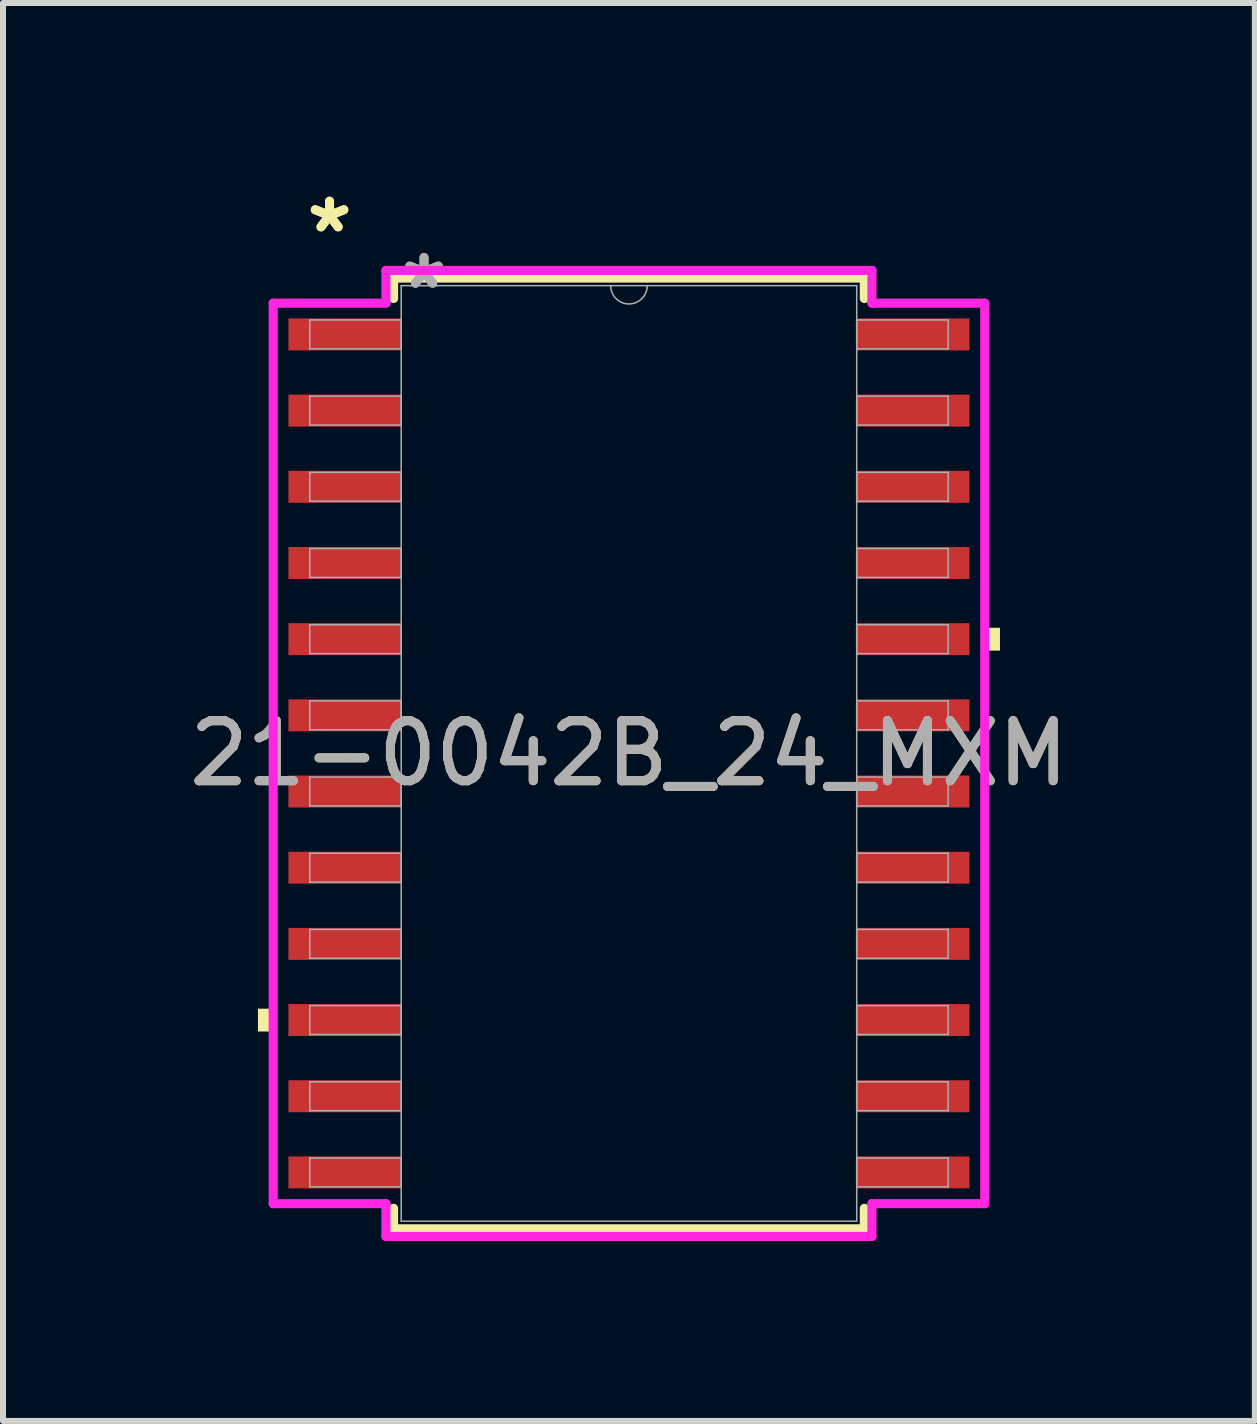
<source format=kicad_pcb>
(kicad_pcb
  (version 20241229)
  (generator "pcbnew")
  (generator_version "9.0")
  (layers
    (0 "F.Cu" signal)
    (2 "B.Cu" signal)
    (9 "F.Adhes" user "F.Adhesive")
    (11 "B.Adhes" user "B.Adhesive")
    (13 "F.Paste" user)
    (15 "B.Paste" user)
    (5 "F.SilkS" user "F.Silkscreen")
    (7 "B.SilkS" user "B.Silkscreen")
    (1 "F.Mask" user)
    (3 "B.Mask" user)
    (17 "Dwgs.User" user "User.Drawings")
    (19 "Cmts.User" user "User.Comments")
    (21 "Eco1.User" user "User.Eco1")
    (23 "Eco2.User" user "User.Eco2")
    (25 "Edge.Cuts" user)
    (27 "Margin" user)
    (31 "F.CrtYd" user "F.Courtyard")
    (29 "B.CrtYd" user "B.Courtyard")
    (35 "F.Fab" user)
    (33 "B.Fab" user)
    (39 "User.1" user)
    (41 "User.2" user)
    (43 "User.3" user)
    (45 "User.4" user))
  (footprint "21-0042B_24_MXM"
    (layer "F.Cu")
    (at 7.435 9.51)
    (property "Reference" "21-0042B_24_MXM" (at 0 0 0) (unlocked yes) (layer "F.SilkS") (effects (font (size 1 1) (thickness 0.15))))
    (attr smd)
    (fp_line (start -3.924 -7.925) (end -3.924 -7.584) (stroke (width 0.152) (type solid)) (layer "F.SilkS"))
    (fp_line (start -3.924 7.584) (end -3.924 7.925) (stroke (width 0.152) (type solid)) (layer "F.SilkS"))
    (fp_line (start -3.924 7.925) (end 3.924 7.925) (stroke (width 0.152) (type solid)) (layer "F.SilkS"))
    (fp_line (start 3.924 -7.925) (end -3.924 -7.925) (stroke (width 0.152) (type solid)) (layer "F.SilkS"))
    (fp_line (start 3.924 -7.584) (end 3.924 -7.925) (stroke (width 0.152) (type solid)) (layer "F.SilkS"))
    (fp_line (start 3.924 7.925) (end 3.924 7.584) (stroke (width 0.152) (type solid)) (layer "F.SilkS"))
    (fp_poly (pts (xy -6.185 4.255) (xy -6.185 4.636) (xy -5.931 4.636) (xy -5.931 4.255)) (stroke (width 0) (type solid)) (fill yes) (layer "F.SilkS"))
    (fp_poly (pts (xy 6.185 -2.095) (xy 6.185 -1.714) (xy 5.931 -1.714) (xy 5.931 -2.095)) (stroke (width 0) (type solid)) (fill yes) (layer "F.SilkS"))
    (fp_line (start -5.931 -7.506) (end -4.051 -7.506) (stroke (width 0.152) (type solid)) (layer "F.CrtYd"))
    (fp_line (start -5.931 7.506) (end -5.931 -7.506) (stroke (width 0.152) (type solid)) (layer "F.CrtYd"))
    (fp_line (start -5.931 7.506) (end -4.051 7.506) (stroke (width 0.152) (type solid)) (layer "F.CrtYd"))
    (fp_line (start -4.051 -8.052) (end 4.051 -8.052) (stroke (width 0.152) (type solid)) (layer "F.CrtYd"))
    (fp_line (start -4.051 -7.506) (end -4.051 -8.052) (stroke (width 0.152) (type solid)) (layer "F.CrtYd"))
    (fp_line (start -4.051 8.052) (end -4.051 7.506) (stroke (width 0.152) (type solid)) (layer "F.CrtYd"))
    (fp_line (start 4.051 -8.052) (end 4.051 -7.506) (stroke (width 0.152) (type solid)) (layer "F.CrtYd"))
    (fp_line (start 4.051 7.506) (end 4.051 8.052) (stroke (width 0.152) (type solid)) (layer "F.CrtYd"))
    (fp_line (start 4.051 8.052) (end -4.051 8.052) (stroke (width 0.152) (type solid)) (layer "F.CrtYd"))
    (fp_line (start 5.931 -7.506) (end 4.051 -7.506) (stroke (width 0.152) (type solid)) (layer "F.CrtYd"))
    (fp_line (start 5.931 -7.506) (end 5.931 7.506) (stroke (width 0.152) (type solid)) (layer "F.CrtYd"))
    (fp_line (start 5.931 7.506) (end 4.051 7.506) (stroke (width 0.152) (type solid)) (layer "F.CrtYd"))
    (fp_line (start -5.321 -7.226) (end -5.321 -6.744) (stroke (width 0.025) (type solid)) (layer "F.Fab"))
    (fp_line (start -5.321 -6.744) (end -3.797 -6.744) (stroke (width 0.025) (type solid)) (layer "F.Fab"))
    (fp_line (start -5.321 -5.956) (end -5.321 -5.474) (stroke (width 0.025) (type solid)) (layer "F.Fab"))
    (fp_line (start -5.321 -5.474) (end -3.797 -5.474) (stroke (width 0.025) (type solid)) (layer "F.Fab"))
    (fp_line (start -5.321 -4.686) (end -5.321 -4.204) (stroke (width 0.025) (type solid)) (layer "F.Fab"))
    (fp_line (start -5.321 -4.204) (end -3.797 -4.204) (stroke (width 0.025) (type solid)) (layer "F.Fab"))
    (fp_line (start -5.321 -3.416) (end -5.321 -2.934) (stroke (width 0.025) (type solid)) (layer "F.Fab"))
    (fp_line (start -5.321 -2.934) (end -3.797 -2.934) (stroke (width 0.025) (type solid)) (layer "F.Fab"))
    (fp_line (start -5.321 -2.146) (end -5.321 -1.664) (stroke (width 0.025) (type solid)) (layer "F.Fab"))
    (fp_line (start -5.321 -1.664) (end -3.797 -1.664) (stroke (width 0.025) (type solid)) (layer "F.Fab"))
    (fp_line (start -5.321 -0.876) (end -5.321 -0.394) (stroke (width 0.025) (type solid)) (layer "F.Fab"))
    (fp_line (start -5.321 -0.394) (end -3.797 -0.394) (stroke (width 0.025) (type solid)) (layer "F.Fab"))
    (fp_line (start -5.321 0.394) (end -5.321 0.876) (stroke (width 0.025) (type solid)) (layer "F.Fab"))
    (fp_line (start -5.321 0.876) (end -3.797 0.876) (stroke (width 0.025) (type solid)) (layer "F.Fab"))
    (fp_line (start -5.321 1.664) (end -5.321 2.146) (stroke (width 0.025) (type solid)) (layer "F.Fab"))
    (fp_line (start -5.321 2.146) (end -3.797 2.146) (stroke (width 0.025) (type solid)) (layer "F.Fab"))
    (fp_line (start -5.321 2.934) (end -5.321 3.416) (stroke (width 0.025) (type solid)) (layer "F.Fab"))
    (fp_line (start -5.321 3.416) (end -3.797 3.416) (stroke (width 0.025) (type solid)) (layer "F.Fab"))
    (fp_line (start -5.321 4.204) (end -5.321 4.686) (stroke (width 0.025) (type solid)) (layer "F.Fab"))
    (fp_line (start -5.321 4.686) (end -3.797 4.686) (stroke (width 0.025) (type solid)) (layer "F.Fab"))
    (fp_line (start -5.321 5.474) (end -5.321 5.956) (stroke (width 0.025) (type solid)) (layer "F.Fab"))
    (fp_line (start -5.321 5.956) (end -3.797 5.956) (stroke (width 0.025) (type solid)) (layer "F.Fab"))
    (fp_line (start -5.321 6.744) (end -5.321 7.226) (stroke (width 0.025) (type solid)) (layer "F.Fab"))
    (fp_line (start -5.321 7.226) (end -3.797 7.226) (stroke (width 0.025) (type solid)) (layer "F.Fab"))
    (fp_line (start -3.797 -7.798) (end -3.797 7.798) (stroke (width 0.025) (type solid)) (layer "F.Fab"))
    (fp_line (start -3.797 -7.226) (end -5.321 -7.226) (stroke (width 0.025) (type solid)) (layer "F.Fab"))
    (fp_line (start -3.797 -6.744) (end -3.797 -7.226) (stroke (width 0.025) (type solid)) (layer "F.Fab"))
    (fp_line (start -3.797 -5.956) (end -5.321 -5.956) (stroke (width 0.025) (type solid)) (layer "F.Fab"))
    (fp_line (start -3.797 -5.474) (end -3.797 -5.956) (stroke (width 0.025) (type solid)) (layer "F.Fab"))
    (fp_line (start -3.797 -4.686) (end -5.321 -4.686) (stroke (width 0.025) (type solid)) (layer "F.Fab"))
    (fp_line (start -3.797 -4.204) (end -3.797 -4.686) (stroke (width 0.025) (type solid)) (layer "F.Fab"))
    (fp_line (start -3.797 -3.416) (end -5.321 -3.416) (stroke (width 0.025) (type solid)) (layer "F.Fab"))
    (fp_line (start -3.797 -2.934) (end -3.797 -3.416) (stroke (width 0.025) (type solid)) (layer "F.Fab"))
    (fp_line (start -3.797 -2.146) (end -5.321 -2.146) (stroke (width 0.025) (type solid)) (layer "F.Fab"))
    (fp_line (start -3.797 -1.664) (end -3.797 -2.146) (stroke (width 0.025) (type solid)) (layer "F.Fab"))
    (fp_line (start -3.797 -0.876) (end -5.321 -0.876) (stroke (width 0.025) (type solid)) (layer "F.Fab"))
    (fp_line (start -3.797 -0.394) (end -3.797 -0.876) (stroke (width 0.025) (type solid)) (layer "F.Fab"))
    (fp_line (start -3.797 0.394) (end -5.321 0.394) (stroke (width 0.025) (type solid)) (layer "F.Fab"))
    (fp_line (start -3.797 0.876) (end -3.797 0.394) (stroke (width 0.025) (type solid)) (layer "F.Fab"))
    (fp_line (start -3.797 1.664) (end -5.321 1.664) (stroke (width 0.025) (type solid)) (layer "F.Fab"))
    (fp_line (start -3.797 2.146) (end -3.797 1.664) (stroke (width 0.025) (type solid)) (layer "F.Fab"))
    (fp_line (start -3.797 2.934) (end -5.321 2.934) (stroke (width 0.025) (type solid)) (layer "F.Fab"))
    (fp_line (start -3.797 3.416) (end -3.797 2.934) (stroke (width 0.025) (type solid)) (layer "F.Fab"))
    (fp_line (start -3.797 4.204) (end -5.321 4.204) (stroke (width 0.025) (type solid)) (layer "F.Fab"))
    (fp_line (start -3.797 4.686) (end -3.797 4.204) (stroke (width 0.025) (type solid)) (layer "F.Fab"))
    (fp_line (start -3.797 5.474) (end -5.321 5.474) (stroke (width 0.025) (type solid)) (layer "F.Fab"))
    (fp_line (start -3.797 5.956) (end -3.797 5.474) (stroke (width 0.025) (type solid)) (layer "F.Fab"))
    (fp_line (start -3.797 6.744) (end -5.321 6.744) (stroke (width 0.025) (type solid)) (layer "F.Fab"))
    (fp_line (start -3.797 7.226) (end -3.797 6.744) (stroke (width 0.025) (type solid)) (layer "F.Fab"))
    (fp_line (start -3.797 7.798) (end 3.797 7.798) (stroke (width 0.025) (type solid)) (layer "F.Fab"))
    (fp_line (start 3.797 -7.798) (end -3.797 -7.798) (stroke (width 0.025) (type solid)) (layer "F.Fab"))
    (fp_line (start 3.797 -7.226) (end 3.797 -6.744) (stroke (width 0.025) (type solid)) (layer "F.Fab"))
    (fp_line (start 3.797 -6.744) (end 5.321 -6.744) (stroke (width 0.025) (type solid)) (layer "F.Fab"))
    (fp_line (start 3.797 -5.956) (end 3.797 -5.474) (stroke (width 0.025) (type solid)) (layer "F.Fab"))
    (fp_line (start 3.797 -5.474) (end 5.321 -5.474) (stroke (width 0.025) (type solid)) (layer "F.Fab"))
    (fp_line (start 3.797 -4.686) (end 3.797 -4.204) (stroke (width 0.025) (type solid)) (layer "F.Fab"))
    (fp_line (start 3.797 -4.204) (end 5.321 -4.204) (stroke (width 0.025) (type solid)) (layer "F.Fab"))
    (fp_line (start 3.797 -3.416) (end 3.797 -2.934) (stroke (width 0.025) (type solid)) (layer "F.Fab"))
    (fp_line (start 3.797 -2.934) (end 5.321 -2.934) (stroke (width 0.025) (type solid)) (layer "F.Fab"))
    (fp_line (start 3.797 -2.146) (end 3.797 -1.664) (stroke (width 0.025) (type solid)) (layer "F.Fab"))
    (fp_line (start 3.797 -1.664) (end 5.321 -1.664) (stroke (width 0.025) (type solid)) (layer "F.Fab"))
    (fp_line (start 3.797 -0.876) (end 3.797 -0.394) (stroke (width 0.025) (type solid)) (layer "F.Fab"))
    (fp_line (start 3.797 -0.394) (end 5.321 -0.394) (stroke (width 0.025) (type solid)) (layer "F.Fab"))
    (fp_line (start 3.797 0.394) (end 3.797 0.876) (stroke (width 0.025) (type solid)) (layer "F.Fab"))
    (fp_line (start 3.797 0.876) (end 5.321 0.876) (stroke (width 0.025) (type solid)) (layer "F.Fab"))
    (fp_line (start 3.797 1.664) (end 3.797 2.146) (stroke (width 0.025) (type solid)) (layer "F.Fab"))
    (fp_line (start 3.797 2.146) (end 5.321 2.146) (stroke (width 0.025) (type solid)) (layer "F.Fab"))
    (fp_line (start 3.797 2.934) (end 3.797 3.416) (stroke (width 0.025) (type solid)) (layer "F.Fab"))
    (fp_line (start 3.797 3.416) (end 5.321 3.416) (stroke (width 0.025) (type solid)) (layer "F.Fab"))
    (fp_line (start 3.797 4.204) (end 3.797 4.686) (stroke (width 0.025) (type solid)) (layer "F.Fab"))
    (fp_line (start 3.797 4.686) (end 5.321 4.686) (stroke (width 0.025) (type solid)) (layer "F.Fab"))
    (fp_line (start 3.797 5.474) (end 3.797 5.956) (stroke (width 0.025) (type solid)) (layer "F.Fab"))
    (fp_line (start 3.797 5.956) (end 5.321 5.956) (stroke (width 0.025) (type solid)) (layer "F.Fab"))
    (fp_line (start 3.797 6.744) (end 3.797 7.226) (stroke (width 0.025) (type solid)) (layer "F.Fab"))
    (fp_line (start 3.797 7.226) (end 5.321 7.226) (stroke (width 0.025) (type solid)) (layer "F.Fab"))
    (fp_line (start 3.797 7.798) (end 3.797 -7.798) (stroke (width 0.025) (type solid)) (layer "F.Fab"))
    (fp_line (start 5.321 -7.226) (end 3.797 -7.226) (stroke (width 0.025) (type solid)) (layer "F.Fab"))
    (fp_line (start 5.321 -6.744) (end 5.321 -7.226) (stroke (width 0.025) (type solid)) (layer "F.Fab"))
    (fp_line (start 5.321 -5.956) (end 3.797 -5.956) (stroke (width 0.025) (type solid)) (layer "F.Fab"))
    (fp_line (start 5.321 -5.474) (end 5.321 -5.956) (stroke (width 0.025) (type solid)) (layer "F.Fab"))
    (fp_line (start 5.321 -4.686) (end 3.797 -4.686) (stroke (width 0.025) (type solid)) (layer "F.Fab"))
    (fp_line (start 5.321 -4.204) (end 5.321 -4.686) (stroke (width 0.025) (type solid)) (layer "F.Fab"))
    (fp_line (start 5.321 -3.416) (end 3.797 -3.416) (stroke (width 0.025) (type solid)) (layer "F.Fab"))
    (fp_line (start 5.321 -2.934) (end 5.321 -3.416) (stroke (width 0.025) (type solid)) (layer "F.Fab"))
    (fp_line (start 5.321 -2.146) (end 3.797 -2.146) (stroke (width 0.025) (type solid)) (layer "F.Fab"))
    (fp_line (start 5.321 -1.664) (end 5.321 -2.146) (stroke (width 0.025) (type solid)) (layer "F.Fab"))
    (fp_line (start 5.321 -0.876) (end 3.797 -0.876) (stroke (width 0.025) (type solid)) (layer "F.Fab"))
    (fp_line (start 5.321 -0.394) (end 5.321 -0.876) (stroke (width 0.025) (type solid)) (layer "F.Fab"))
    (fp_line (start 5.321 0.394) (end 3.797 0.394) (stroke (width 0.025) (type solid)) (layer "F.Fab"))
    (fp_line (start 5.321 0.876) (end 5.321 0.394) (stroke (width 0.025) (type solid)) (layer "F.Fab"))
    (fp_line (start 5.321 1.664) (end 3.797 1.664) (stroke (width 0.025) (type solid)) (layer "F.Fab"))
    (fp_line (start 5.321 2.146) (end 5.321 1.664) (stroke (width 0.025) (type solid)) (layer "F.Fab"))
    (fp_line (start 5.321 2.934) (end 3.797 2.934) (stroke (width 0.025) (type solid)) (layer "F.Fab"))
    (fp_line (start 5.321 3.416) (end 5.321 2.934) (stroke (width 0.025) (type solid)) (layer "F.Fab"))
    (fp_line (start 5.321 4.204) (end 3.797 4.204) (stroke (width 0.025) (type solid)) (layer "F.Fab"))
    (fp_line (start 5.321 4.686) (end 5.321 4.204) (stroke (width 0.025) (type solid)) (layer "F.Fab"))
    (fp_line (start 5.321 5.474) (end 3.797 5.474) (stroke (width 0.025) (type solid)) (layer "F.Fab"))
    (fp_line (start 5.321 5.956) (end 5.321 5.474) (stroke (width 0.025) (type solid)) (layer "F.Fab"))
    (fp_line (start 5.321 6.744) (end 3.797 6.744) (stroke (width 0.025) (type solid)) (layer "F.Fab"))
    (fp_line (start 5.321 7.226) (end 5.321 6.744) (stroke (width 0.025) (type solid)) (layer "F.Fab"))
    (fp_arc (start 0.3048 -7.7978) (mid 0 -7.493) (end -0.3048 -7.7978) (stroke (width 0.0254) (type solid)) (layer "F.Fab"))
    (fp_text user "*" (at -4.991 -8.661 0) (unlocked yes) (layer "F.SilkS") (effects (font (size 1 1) (thickness 0.15))))
    (fp_text user "*" (at -4.991 -8.661 0) (layer "F.SilkS") (effects (font (size 1 1) (thickness 0.15))))
    (fp_text user "*" (at -3.416 -7.722 0) (layer "F.Fab") (effects (font (size 1 1) (thickness 0.15))))
    (fp_text user "*" (at -3.416 -7.722 0) (unlocked yes) (layer "F.Fab") (effects (font (size 1 1) (thickness 0.15))))
    (fp_text user "${REFERENCE}" (at 0 0 0) (unlocked yes) (layer "F.Fab") (effects (font (size 1 1) (thickness 0.15))))
    (pad "1" smd rect (at -4.737 -6.985) (size 1.88 0.533) (layers "F.Cu" "F.Mask" "F.Paste"))
    (pad "2" smd rect (at -4.737 -5.715) (size 1.88 0.533) (layers "F.Cu" "F.Mask" "F.Paste"))
    (pad "3" smd rect (at -4.737 -4.445) (size 1.88 0.533) (layers "F.Cu" "F.Mask" "F.Paste"))
    (pad "4" smd rect (at -4.737 -3.175) (size 1.88 0.533) (layers "F.Cu" "F.Mask" "F.Paste"))
    (pad "5" smd rect (at -4.737 -1.905) (size 1.88 0.533) (layers "F.Cu" "F.Mask" "F.Paste"))
    (pad "6" smd rect (at -4.737 -0.635) (size 1.88 0.533) (layers "F.Cu" "F.Mask" "F.Paste"))
    (pad "7" smd rect (at -4.737 0.635) (size 1.88 0.533) (layers "F.Cu" "F.Mask" "F.Paste"))
    (pad "8" smd rect (at -4.737 1.905) (size 1.88 0.533) (layers "F.Cu" "F.Mask" "F.Paste"))
    (pad "9" smd rect (at -4.737 3.175) (size 1.88 0.533) (layers "F.Cu" "F.Mask" "F.Paste"))
    (pad "10" smd rect (at -4.737 4.445) (size 1.88 0.533) (layers "F.Cu" "F.Mask" "F.Paste"))
    (pad "11" smd rect (at -4.737 5.715) (size 1.88 0.533) (layers "F.Cu" "F.Mask" "F.Paste"))
    (pad "12" smd rect (at -4.737 6.985) (size 1.88 0.533) (layers "F.Cu" "F.Mask" "F.Paste"))
    (pad "13" smd rect (at 4.737 6.985) (size 1.88 0.533) (layers "F.Cu" "F.Mask" "F.Paste"))
    (pad "14" smd rect (at 4.737 5.715) (size 1.88 0.533) (layers "F.Cu" "F.Mask" "F.Paste"))
    (pad "15" smd rect (at 4.737 4.445) (size 1.88 0.533) (layers "F.Cu" "F.Mask" "F.Paste"))
    (pad "16" smd rect (at 4.737 3.175) (size 1.88 0.533) (layers "F.Cu" "F.Mask" "F.Paste"))
    (pad "17" smd rect (at 4.737 1.905) (size 1.88 0.533) (layers "F.Cu" "F.Mask" "F.Paste"))
    (pad "18" smd rect (at 4.737 0.635) (size 1.88 0.533) (layers "F.Cu" "F.Mask" "F.Paste"))
    (pad "19" smd rect (at 4.737 -0.635) (size 1.88 0.533) (layers "F.Cu" "F.Mask" "F.Paste"))
    (pad "20" smd rect (at 4.737 -1.905) (size 1.88 0.533) (layers "F.Cu" "F.Mask" "F.Paste"))
    (pad "21" smd rect (at 4.737 -3.175) (size 1.88 0.533) (layers "F.Cu" "F.Mask" "F.Paste"))
    (pad "22" smd rect (at 4.737 -4.445) (size 1.88 0.533) (layers "F.Cu" "F.Mask" "F.Paste"))
    (pad "23" smd rect (at 4.737 -5.715) (size 1.88 0.533) (layers "F.Cu" "F.Mask" "F.Paste"))
    (pad "24" smd rect (at 4.737 -6.985) (size 1.88 0.533) (layers "F.Cu" "F.Mask" "F.Paste")))
  (gr_rect
    (start -3 -3)
    (end 17.869 20.638)
    (stroke (width 0.1) (type default))
    (fill no)
    (layer "Edge.Cuts")))
</source>
